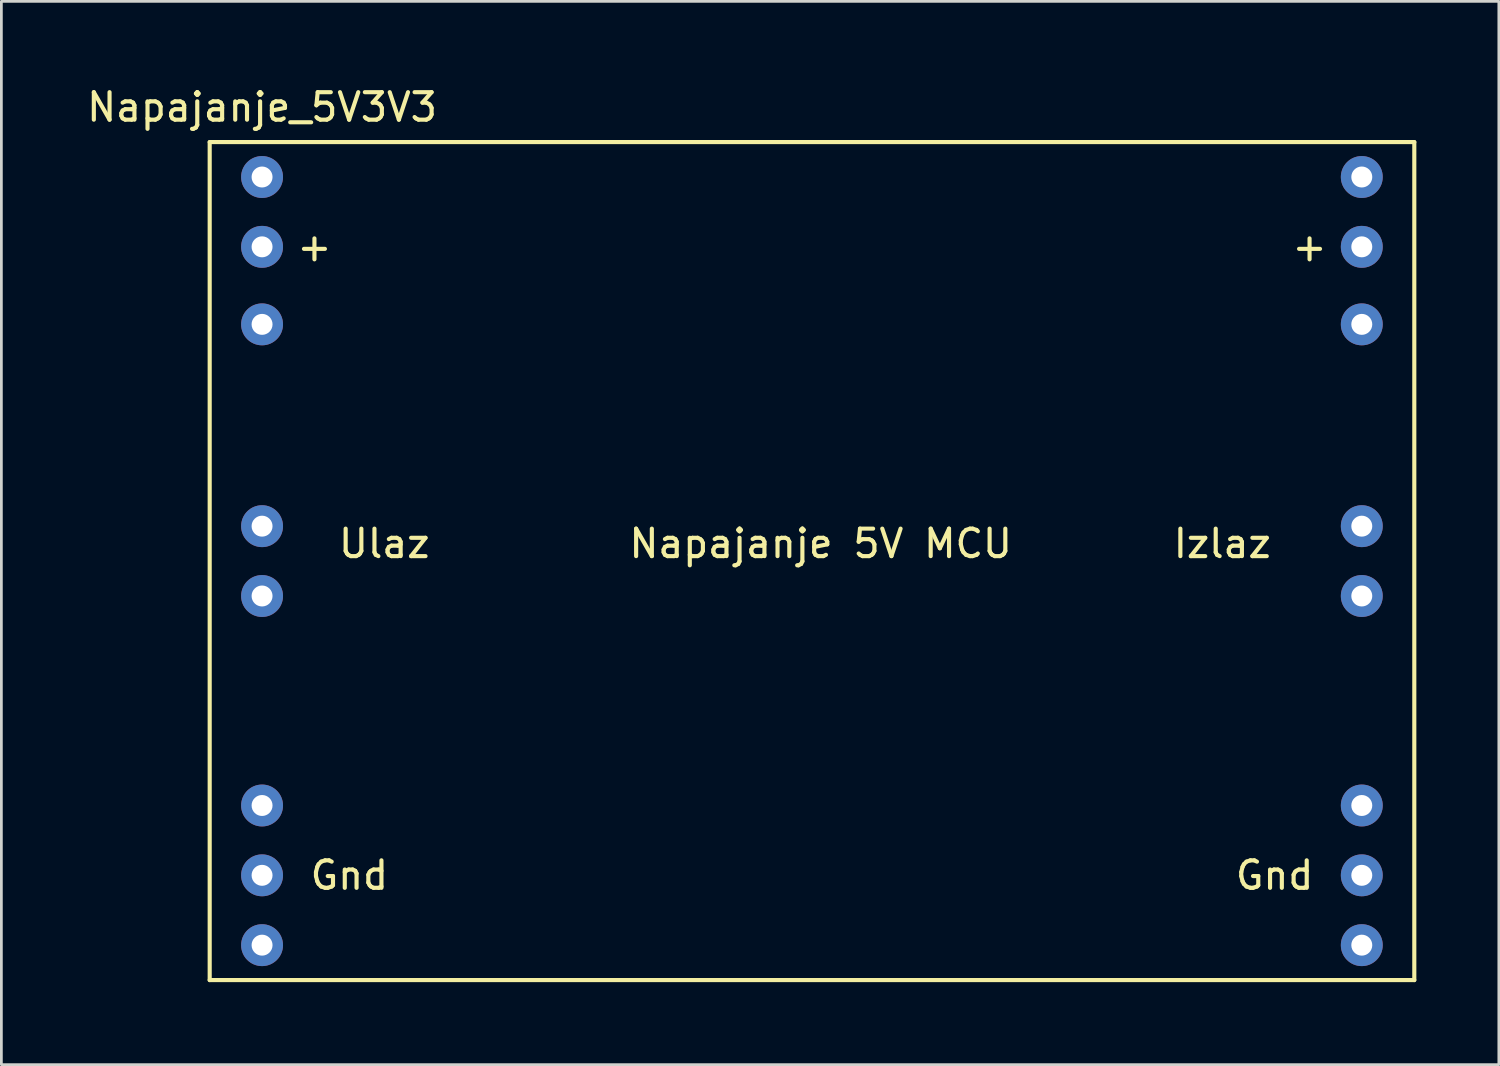
<source format=kicad_pcb>
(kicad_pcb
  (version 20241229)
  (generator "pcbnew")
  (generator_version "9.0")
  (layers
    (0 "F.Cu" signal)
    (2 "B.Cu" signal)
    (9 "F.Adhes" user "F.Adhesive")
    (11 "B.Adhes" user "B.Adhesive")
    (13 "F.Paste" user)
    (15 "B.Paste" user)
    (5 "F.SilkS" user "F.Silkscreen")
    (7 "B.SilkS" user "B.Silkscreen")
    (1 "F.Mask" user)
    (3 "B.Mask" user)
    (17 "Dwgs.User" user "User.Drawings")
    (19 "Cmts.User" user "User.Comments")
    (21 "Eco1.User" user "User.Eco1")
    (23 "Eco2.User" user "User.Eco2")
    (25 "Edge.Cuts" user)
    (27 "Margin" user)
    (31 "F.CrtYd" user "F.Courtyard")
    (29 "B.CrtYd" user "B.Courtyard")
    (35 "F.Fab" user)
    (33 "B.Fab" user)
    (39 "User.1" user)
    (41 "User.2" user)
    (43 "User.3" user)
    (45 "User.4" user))
  (footprint "Napajanje_5V3V3"
    (layer "F.Cu")
    (at 6.482 26.248)
    (property "Reference" "Napajanje_5V3V3" (at 0 -25.4 0) (layer "F.SilkS") (effects (font (size 1 1) (thickness 0.15))))
    (attr through_hole)
    (fp_line (start -1.905 -24.13) (end -1.905 6.35) (stroke (width 0.15) (type solid)) (layer "F.SilkS"))
    (fp_line (start -1.905 6.35) (end 41.91 6.35) (stroke (width 0.15) (type solid)) (layer "F.SilkS"))
    (fp_line (start 41.91 -24.13) (end -1.905 -24.13) (stroke (width 0.15) (type solid)) (layer "F.SilkS"))
    (fp_line (start 41.91 6.35) (end 41.91 -24.13) (stroke (width 0.15) (type solid)) (layer "F.SilkS"))
    (fp_text user "Ulaz" (at 4.445 -9.525 0) (layer "F.SilkS") (effects (font (size 1 1) (thickness 0.15))))
    (fp_text user "Izlaz" (at 34.925 -9.525 0) (layer "F.SilkS") (effects (font (size 1 1) (thickness 0.15))))
    (fp_text user "Gnd" (at 3.175 2.54 0) (layer "F.SilkS") (effects (font (size 1 1) (thickness 0.15))))
    (fp_text user "Napajanje 5V MCU" (at 20.32 -9.525 0) (layer "F.SilkS") (effects (font (size 1 1) (thickness 0.15))))
    (fp_text user "+" (at 1.905 -20.32 0) (layer "F.SilkS") (effects (font (size 1 1) (thickness 0.15))))
    (fp_text user "+" (at 38.1 -20.32 0) (layer "F.SilkS") (effects (font (size 1 1) (thickness 0.15))))
    (fp_text user "Gnd" (at 36.83 2.54 0) (layer "F.SilkS") (effects (font (size 1 1) (thickness 0.15))))
    (pad "1" thru_hole circle (at 0 0) (size 1.524 1.524) (drill 0.762) (layers "*.Cu" "*.Mask"))
    (pad "1" thru_hole circle (at 0 2.54) (size 1.524 1.524) (drill 0.762) (layers "*.Cu" "*.Mask"))
    (pad "1" thru_hole circle (at 0 5.08) (size 1.524 1.524) (drill 0.762) (layers "*.Cu" "*.Mask"))
    (pad "1" thru_hole circle (at 40 -10.16) (size 1.524 1.524) (drill 0.762) (layers "*.Cu" "*.Mask"))
    (pad "2" thru_hole circle (at 0 -22.86) (size 1.524 1.524) (drill 0.762) (layers "*.Cu" "*.Mask"))
    (pad "2" thru_hole circle (at 0 -20.32) (size 1.524 1.524) (drill 0.762) (layers "*.Cu" "*.Mask"))
    (pad "2" thru_hole circle (at 0 -17.5) (size 1.524 1.524) (drill 0.762) (layers "*.Cu" "*.Mask"))
    (pad "2" thru_hole circle (at 40 -7.62) (size 1.524 1.524) (drill 0.762) (layers "*.Cu" "*.Mask"))
    (pad "3" thru_hole circle (at 0 -10.16) (size 1.524 1.524) (drill 0.762) (layers "*.Cu" "*.Mask"))
    (pad "3" thru_hole circle (at 40 0) (size 1.524 1.524) (drill 0.762) (layers "*.Cu" "*.Mask"))
    (pad "3" thru_hole circle (at 40 2.54) (size 1.524 1.524) (drill 0.762) (layers "*.Cu" "*.Mask"))
    (pad "3" thru_hole circle (at 40 5.08) (size 1.524 1.524) (drill 0.762) (layers "*.Cu" "*.Mask"))
    (pad "4" thru_hole circle (at 0 -7.62) (size 1.524 1.524) (drill 0.762) (layers "*.Cu" "*.Mask"))
    (pad "4" thru_hole circle (at 40 -22.86) (size 1.524 1.524) (drill 0.762) (layers "*.Cu" "*.Mask"))
    (pad "4" thru_hole circle (at 40 -20.32) (size 1.524 1.524) (drill 0.762) (layers "*.Cu" "*.Mask"))
    (pad "4" thru_hole circle (at 40 -17.5) (size 1.524 1.524) (drill 0.762) (layers "*.Cu" "*.Mask")))
  (gr_rect
    (start -3 -3)
    (end 51.467 35.673)
    (stroke (width 0.1) (type default))
    (fill no)
    (layer "Edge.Cuts")))
</source>
